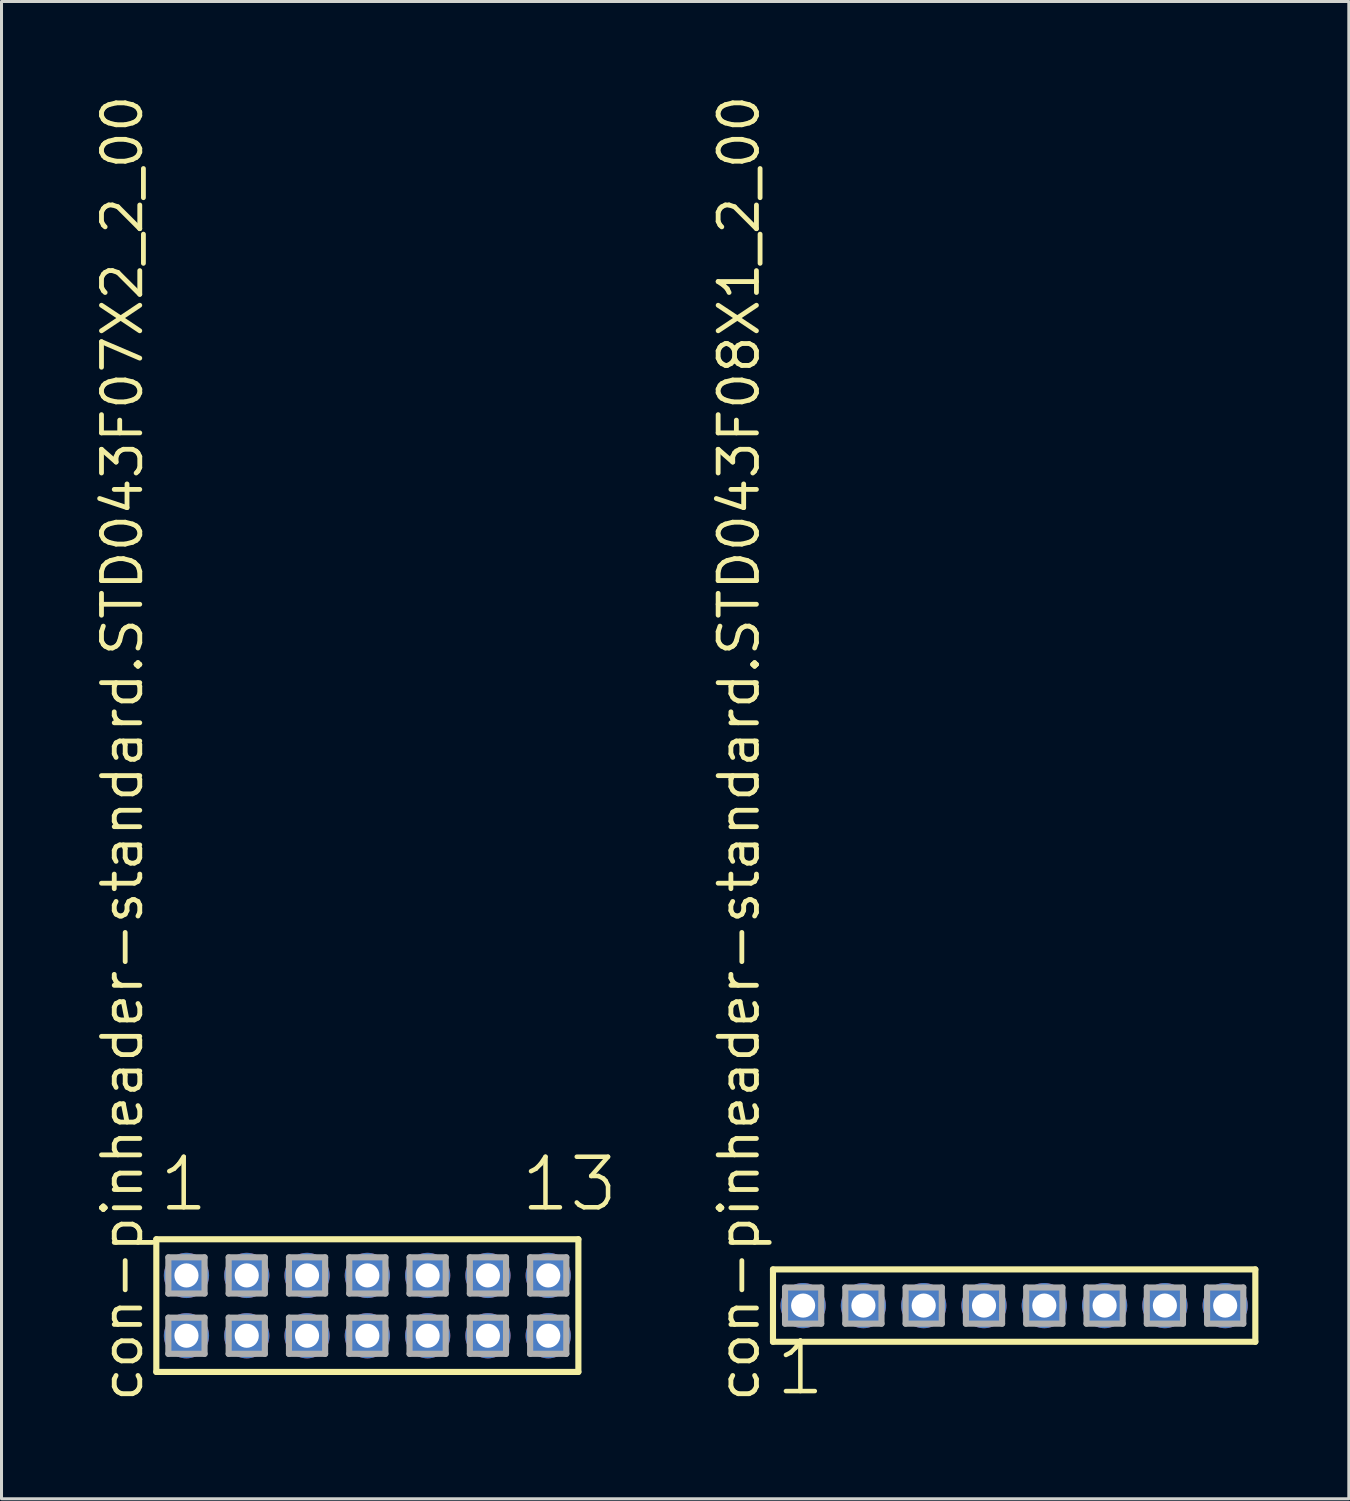
<source format=kicad_pcb>
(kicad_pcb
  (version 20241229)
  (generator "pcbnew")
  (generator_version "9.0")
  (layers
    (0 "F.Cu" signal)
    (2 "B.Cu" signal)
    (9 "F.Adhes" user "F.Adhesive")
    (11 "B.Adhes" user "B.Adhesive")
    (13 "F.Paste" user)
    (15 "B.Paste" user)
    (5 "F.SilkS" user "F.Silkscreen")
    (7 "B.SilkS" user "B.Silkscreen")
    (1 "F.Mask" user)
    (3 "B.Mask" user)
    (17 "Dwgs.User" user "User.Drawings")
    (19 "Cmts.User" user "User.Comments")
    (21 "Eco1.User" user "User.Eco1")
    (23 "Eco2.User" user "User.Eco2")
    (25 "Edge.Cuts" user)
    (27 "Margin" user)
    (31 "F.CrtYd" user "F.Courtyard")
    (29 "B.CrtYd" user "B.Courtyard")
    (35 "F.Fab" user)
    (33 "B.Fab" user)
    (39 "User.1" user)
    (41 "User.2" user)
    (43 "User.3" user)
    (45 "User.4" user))
  (footprint "con-pinheader-standard.STD043F07X2_2_00"
    (layer "F.Cu")
    (at 9.135 40.257)
    (property "Reference" "con-pinheader-standard.STD043F07X2_2_00" (at -7.385 3.27 90) (layer "F.SilkS") (effects (font (size 1.27 1.27) (thickness 0.16)) (justify left bottom)))
    (attr through_hole)
    (fp_line (start -7 -2.2) (end 7 -2.2) (stroke (width 0.203) (type default)) (layer "F.SilkS"))
    (fp_line (start -7 2.2) (end -7 -2.2) (stroke (width 0.203) (type default)) (layer "F.SilkS"))
    (fp_line (start 7 -2.2) (end 7 2.2) (stroke (width 0.203) (type default)) (layer "F.SilkS"))
    (fp_line (start 7 2.2) (end -7 2.2) (stroke (width 0.203) (type default)) (layer "F.SilkS"))
    (fp_line (start -6.6 -1.6) (end -5.4 -1.6) (stroke (width 0.203) (type default)) (layer "F.Fab"))
    (fp_line (start -6.6 -0.4) (end -6.6 -1.6) (stroke (width 0.203) (type default)) (layer "F.Fab"))
    (fp_line (start -6.6 0.4) (end -5.4 0.4) (stroke (width 0.203) (type default)) (layer "F.Fab"))
    (fp_line (start -6.6 1.6) (end -6.6 0.4) (stroke (width 0.203) (type default)) (layer "F.Fab"))
    (fp_line (start -5.4 -1.6) (end -5.4 -0.4) (stroke (width 0.203) (type default)) (layer "F.Fab"))
    (fp_line (start -5.4 -0.4) (end -6.6 -0.4) (stroke (width 0.203) (type default)) (layer "F.Fab"))
    (fp_line (start -5.4 0.4) (end -5.4 1.6) (stroke (width 0.203) (type default)) (layer "F.Fab"))
    (fp_line (start -5.4 1.6) (end -6.6 1.6) (stroke (width 0.203) (type default)) (layer "F.Fab"))
    (fp_line (start -4.6 -1.6) (end -3.4 -1.6) (stroke (width 0.203) (type default)) (layer "F.Fab"))
    (fp_line (start -4.6 -0.4) (end -4.6 -1.6) (stroke (width 0.203) (type default)) (layer "F.Fab"))
    (fp_line (start -4.6 0.4) (end -3.4 0.4) (stroke (width 0.203) (type default)) (layer "F.Fab"))
    (fp_line (start -4.6 1.6) (end -4.6 0.4) (stroke (width 0.203) (type default)) (layer "F.Fab"))
    (fp_line (start -3.4 -1.6) (end -3.4 -0.4) (stroke (width 0.203) (type default)) (layer "F.Fab"))
    (fp_line (start -3.4 -0.4) (end -4.6 -0.4) (stroke (width 0.203) (type default)) (layer "F.Fab"))
    (fp_line (start -3.4 0.4) (end -3.4 1.6) (stroke (width 0.203) (type default)) (layer "F.Fab"))
    (fp_line (start -3.4 1.6) (end -4.6 1.6) (stroke (width 0.203) (type default)) (layer "F.Fab"))
    (fp_line (start -2.6 -1.6) (end -1.4 -1.6) (stroke (width 0.203) (type default)) (layer "F.Fab"))
    (fp_line (start -2.6 -0.4) (end -2.6 -1.6) (stroke (width 0.203) (type default)) (layer "F.Fab"))
    (fp_line (start -2.6 0.4) (end -1.4 0.4) (stroke (width 0.203) (type default)) (layer "F.Fab"))
    (fp_line (start -2.6 1.6) (end -2.6 0.4) (stroke (width 0.203) (type default)) (layer "F.Fab"))
    (fp_line (start -1.4 -1.6) (end -1.4 -0.4) (stroke (width 0.203) (type default)) (layer "F.Fab"))
    (fp_line (start -1.4 -0.4) (end -2.6 -0.4) (stroke (width 0.203) (type default)) (layer "F.Fab"))
    (fp_line (start -1.4 0.4) (end -1.4 1.6) (stroke (width 0.203) (type default)) (layer "F.Fab"))
    (fp_line (start -1.4 1.6) (end -2.6 1.6) (stroke (width 0.203) (type default)) (layer "F.Fab"))
    (fp_line (start -0.6 -1.6) (end 0.6 -1.6) (stroke (width 0.203) (type default)) (layer "F.Fab"))
    (fp_line (start -0.6 -0.4) (end -0.6 -1.6) (stroke (width 0.203) (type default)) (layer "F.Fab"))
    (fp_line (start -0.6 0.4) (end 0.6 0.4) (stroke (width 0.203) (type default)) (layer "F.Fab"))
    (fp_line (start -0.6 1.6) (end -0.6 0.4) (stroke (width 0.203) (type default)) (layer "F.Fab"))
    (fp_line (start 0.6 -1.6) (end 0.6 -0.4) (stroke (width 0.203) (type default)) (layer "F.Fab"))
    (fp_line (start 0.6 -0.4) (end -0.6 -0.4) (stroke (width 0.203) (type default)) (layer "F.Fab"))
    (fp_line (start 0.6 0.4) (end 0.6 1.6) (stroke (width 0.203) (type default)) (layer "F.Fab"))
    (fp_line (start 0.6 1.6) (end -0.6 1.6) (stroke (width 0.203) (type default)) (layer "F.Fab"))
    (fp_line (start 1.4 -1.6) (end 2.6 -1.6) (stroke (width 0.203) (type default)) (layer "F.Fab"))
    (fp_line (start 1.4 -0.4) (end 1.4 -1.6) (stroke (width 0.203) (type default)) (layer "F.Fab"))
    (fp_line (start 1.4 0.4) (end 2.6 0.4) (stroke (width 0.203) (type default)) (layer "F.Fab"))
    (fp_line (start 1.4 1.6) (end 1.4 0.4) (stroke (width 0.203) (type default)) (layer "F.Fab"))
    (fp_line (start 2.6 -1.6) (end 2.6 -0.4) (stroke (width 0.203) (type default)) (layer "F.Fab"))
    (fp_line (start 2.6 -0.4) (end 1.4 -0.4) (stroke (width 0.203) (type default)) (layer "F.Fab"))
    (fp_line (start 2.6 0.4) (end 2.6 1.6) (stroke (width 0.203) (type default)) (layer "F.Fab"))
    (fp_line (start 2.6 1.6) (end 1.4 1.6) (stroke (width 0.203) (type default)) (layer "F.Fab"))
    (fp_line (start 3.4 -1.6) (end 4.6 -1.6) (stroke (width 0.203) (type default)) (layer "F.Fab"))
    (fp_line (start 3.4 -0.4) (end 3.4 -1.6) (stroke (width 0.203) (type default)) (layer "F.Fab"))
    (fp_line (start 3.4 0.4) (end 4.6 0.4) (stroke (width 0.203) (type default)) (layer "F.Fab"))
    (fp_line (start 3.4 1.6) (end 3.4 0.4) (stroke (width 0.203) (type default)) (layer "F.Fab"))
    (fp_line (start 4.6 -1.6) (end 4.6 -0.4) (stroke (width 0.203) (type default)) (layer "F.Fab"))
    (fp_line (start 4.6 -0.4) (end 3.4 -0.4) (stroke (width 0.203) (type default)) (layer "F.Fab"))
    (fp_line (start 4.6 0.4) (end 4.6 1.6) (stroke (width 0.203) (type default)) (layer "F.Fab"))
    (fp_line (start 4.6 1.6) (end 3.4 1.6) (stroke (width 0.203) (type default)) (layer "F.Fab"))
    (fp_line (start 5.4 -1.6) (end 6.6 -1.6) (stroke (width 0.203) (type default)) (layer "F.Fab"))
    (fp_line (start 5.4 -0.4) (end 5.4 -1.6) (stroke (width 0.203) (type default)) (layer "F.Fab"))
    (fp_line (start 5.4 0.4) (end 6.6 0.4) (stroke (width 0.203) (type default)) (layer "F.Fab"))
    (fp_line (start 5.4 1.6) (end 5.4 0.4) (stroke (width 0.203) (type default)) (layer "F.Fab"))
    (fp_line (start 6.6 -1.6) (end 6.6 -0.4) (stroke (width 0.203) (type default)) (layer "F.Fab"))
    (fp_line (start 6.6 -0.4) (end 5.4 -0.4) (stroke (width 0.203) (type default)) (layer "F.Fab"))
    (fp_line (start 6.6 0.4) (end 6.6 1.6) (stroke (width 0.203) (type default)) (layer "F.Fab"))
    (fp_line (start 6.6 1.6) (end 5.4 1.6) (stroke (width 0.203) (type default)) (layer "F.Fab"))
    (fp_text user "1" (at -6.988 -3.048 0) (layer "F.SilkS") (effects (font (size 1.676 1.676) (thickness 0.15)) (justify left bottom)))
    (fp_text user "13" (at 5.012 -3.048 0) (layer "F.SilkS") (effects (font (size 1.676 1.676) (thickness 0.15)) (justify left bottom)))
    (pad "1" thru_hole circle (at -6 -1) (size 1.5 1.5) (drill 0.8) (layers "*.Cu" "*.Mask"))
    (pad "2" thru_hole circle (at -6 1) (size 1.5 1.5) (drill 0.8) (layers "*.Cu" "*.Mask"))
    (pad "3" thru_hole circle (at -4 -1) (size 1.5 1.5) (drill 0.8) (layers "*.Cu" "*.Mask"))
    (pad "4" thru_hole circle (at -4 1) (size 1.5 1.5) (drill 0.8) (layers "*.Cu" "*.Mask"))
    (pad "5" thru_hole circle (at -2 -1) (size 1.5 1.5) (drill 0.8) (layers "*.Cu" "*.Mask"))
    (pad "6" thru_hole circle (at -2 1) (size 1.5 1.5) (drill 0.8) (layers "*.Cu" "*.Mask"))
    (pad "7" thru_hole circle (at 0 -1) (size 1.5 1.5) (drill 0.8) (layers "*.Cu" "*.Mask"))
    (pad "8" thru_hole circle (at 0 1) (size 1.5 1.5) (drill 0.8) (layers "*.Cu" "*.Mask"))
    (pad "9" thru_hole circle (at 2 -1) (size 1.5 1.5) (drill 0.8) (layers "*.Cu" "*.Mask"))
    (pad "10" thru_hole circle (at 2 1) (size 1.5 1.5) (drill 0.8) (layers "*.Cu" "*.Mask"))
    (pad "11" thru_hole circle (at 4 -1) (size 1.5 1.5) (drill 0.8) (layers "*.Cu" "*.Mask"))
    (pad "12" thru_hole circle (at 4 1) (size 1.5 1.5) (drill 0.8) (layers "*.Cu" "*.Mask"))
    (pad "13" thru_hole circle (at 6 -1) (size 1.5 1.5) (drill 0.8) (layers "*.Cu" "*.Mask"))
    (pad "14" thru_hole circle (at 6 1) (size 1.5 1.5) (drill 0.8) (layers "*.Cu" "*.Mask")))
  (footprint "con-pinheader-standard.STD043F08X1_2_00"
    (layer "F.Cu")
    (at 30.59 40.257)
    (property "Reference" "con-pinheader-standard.STD043F08X1_2_00" (at -8.385 3.27 90) (layer "F.SilkS") (effects (font (size 1.27 1.27) (thickness 0.16)) (justify left bottom)))
    (attr through_hole)
    (fp_line (start -8 -1.2) (end 8 -1.2) (stroke (width 0.203) (type default)) (layer "F.SilkS"))
    (fp_line (start -8 1.2) (end -8 -1.2) (stroke (width 0.203) (type default)) (layer "F.SilkS"))
    (fp_line (start 8 -1.2) (end 8 1.2) (stroke (width 0.203) (type default)) (layer "F.SilkS"))
    (fp_line (start 8 1.2) (end -8 1.2) (stroke (width 0.203) (type default)) (layer "F.SilkS"))
    (fp_line (start -7.6 -0.6) (end -6.4 -0.6) (stroke (width 0.203) (type default)) (layer "F.Fab"))
    (fp_line (start -7.6 0.6) (end -7.6 -0.6) (stroke (width 0.203) (type default)) (layer "F.Fab"))
    (fp_line (start -6.4 -0.6) (end -6.4 0.6) (stroke (width 0.203) (type default)) (layer "F.Fab"))
    (fp_line (start -6.4 0.6) (end -7.6 0.6) (stroke (width 0.203) (type default)) (layer "F.Fab"))
    (fp_line (start -5.6 -0.6) (end -4.4 -0.6) (stroke (width 0.203) (type default)) (layer "F.Fab"))
    (fp_line (start -5.6 0.6) (end -5.6 -0.6) (stroke (width 0.203) (type default)) (layer "F.Fab"))
    (fp_line (start -4.4 -0.6) (end -4.4 0.6) (stroke (width 0.203) (type default)) (layer "F.Fab"))
    (fp_line (start -4.4 0.6) (end -5.6 0.6) (stroke (width 0.203) (type default)) (layer "F.Fab"))
    (fp_line (start -3.6 -0.6) (end -2.4 -0.6) (stroke (width 0.203) (type default)) (layer "F.Fab"))
    (fp_line (start -3.6 0.6) (end -3.6 -0.6) (stroke (width 0.203) (type default)) (layer "F.Fab"))
    (fp_line (start -2.4 -0.6) (end -2.4 0.6) (stroke (width 0.203) (type default)) (layer "F.Fab"))
    (fp_line (start -2.4 0.6) (end -3.6 0.6) (stroke (width 0.203) (type default)) (layer "F.Fab"))
    (fp_line (start -1.6 -0.6) (end -0.4 -0.6) (stroke (width 0.203) (type default)) (layer "F.Fab"))
    (fp_line (start -1.6 0.6) (end -1.6 -0.6) (stroke (width 0.203) (type default)) (layer "F.Fab"))
    (fp_line (start -0.4 -0.6) (end -0.4 0.6) (stroke (width 0.203) (type default)) (layer "F.Fab"))
    (fp_line (start -0.4 0.6) (end -1.6 0.6) (stroke (width 0.203) (type default)) (layer "F.Fab"))
    (fp_line (start 0.4 -0.6) (end 1.6 -0.6) (stroke (width 0.203) (type default)) (layer "F.Fab"))
    (fp_line (start 0.4 0.6) (end 0.4 -0.6) (stroke (width 0.203) (type default)) (layer "F.Fab"))
    (fp_line (start 1.6 -0.6) (end 1.6 0.6) (stroke (width 0.203) (type default)) (layer "F.Fab"))
    (fp_line (start 1.6 0.6) (end 0.4 0.6) (stroke (width 0.203) (type default)) (layer "F.Fab"))
    (fp_line (start 2.4 -0.6) (end 3.6 -0.6) (stroke (width 0.203) (type default)) (layer "F.Fab"))
    (fp_line (start 2.4 0.6) (end 2.4 -0.6) (stroke (width 0.203) (type default)) (layer "F.Fab"))
    (fp_line (start 3.6 -0.6) (end 3.6 0.6) (stroke (width 0.203) (type default)) (layer "F.Fab"))
    (fp_line (start 3.6 0.6) (end 2.4 0.6) (stroke (width 0.203) (type default)) (layer "F.Fab"))
    (fp_line (start 4.4 -0.6) (end 5.6 -0.6) (stroke (width 0.203) (type default)) (layer "F.Fab"))
    (fp_line (start 4.4 0.6) (end 4.4 -0.6) (stroke (width 0.203) (type default)) (layer "F.Fab"))
    (fp_line (start 5.6 -0.6) (end 5.6 0.6) (stroke (width 0.203) (type default)) (layer "F.Fab"))
    (fp_line (start 5.6 0.6) (end 4.4 0.6) (stroke (width 0.203) (type default)) (layer "F.Fab"))
    (fp_line (start 6.4 -0.6) (end 7.6 -0.6) (stroke (width 0.203) (type default)) (layer "F.Fab"))
    (fp_line (start 6.4 0.6) (end 6.4 -0.6) (stroke (width 0.203) (type default)) (layer "F.Fab"))
    (fp_line (start 7.6 -0.6) (end 7.6 0.6) (stroke (width 0.203) (type default)) (layer "F.Fab"))
    (fp_line (start 7.6 0.6) (end 6.4 0.6) (stroke (width 0.203) (type default)) (layer "F.Fab"))
    (fp_text user "1" (at -7.988 3.048 0) (layer "F.SilkS") (effects (font (size 1.676 1.676) (thickness 0.15)) (justify left bottom)))
    (pad "1" thru_hole circle (at -7 0) (size 1.5 1.5) (drill 0.8) (layers "*.Cu" "*.Mask"))
    (pad "2" thru_hole circle (at -5 0) (size 1.5 1.5) (drill 0.8) (layers "*.Cu" "*.Mask"))
    (pad "3" thru_hole circle (at -3 0) (size 1.5 1.5) (drill 0.8) (layers "*.Cu" "*.Mask"))
    (pad "4" thru_hole circle (at -1 0) (size 1.5 1.5) (drill 0.8) (layers "*.Cu" "*.Mask"))
    (pad "5" thru_hole circle (at 1 0) (size 1.5 1.5) (drill 0.8) (layers "*.Cu" "*.Mask"))
    (pad "6" thru_hole circle (at 3 0) (size 1.5 1.5) (drill 0.8) (layers "*.Cu" "*.Mask"))
    (pad "7" thru_hole circle (at 5 0) (size 1.5 1.5) (drill 0.8) (layers "*.Cu" "*.Mask"))
    (pad "8" thru_hole circle (at 7 0) (size 1.5 1.5) (drill 0.8) (layers "*.Cu" "*.Mask")))
  (gr_rect
    (start -3 -3)
    (end 41.691 46.666)
    (stroke (width 0.1) (type default))
    (fill no)
    (layer "Edge.Cuts")))
</source>
